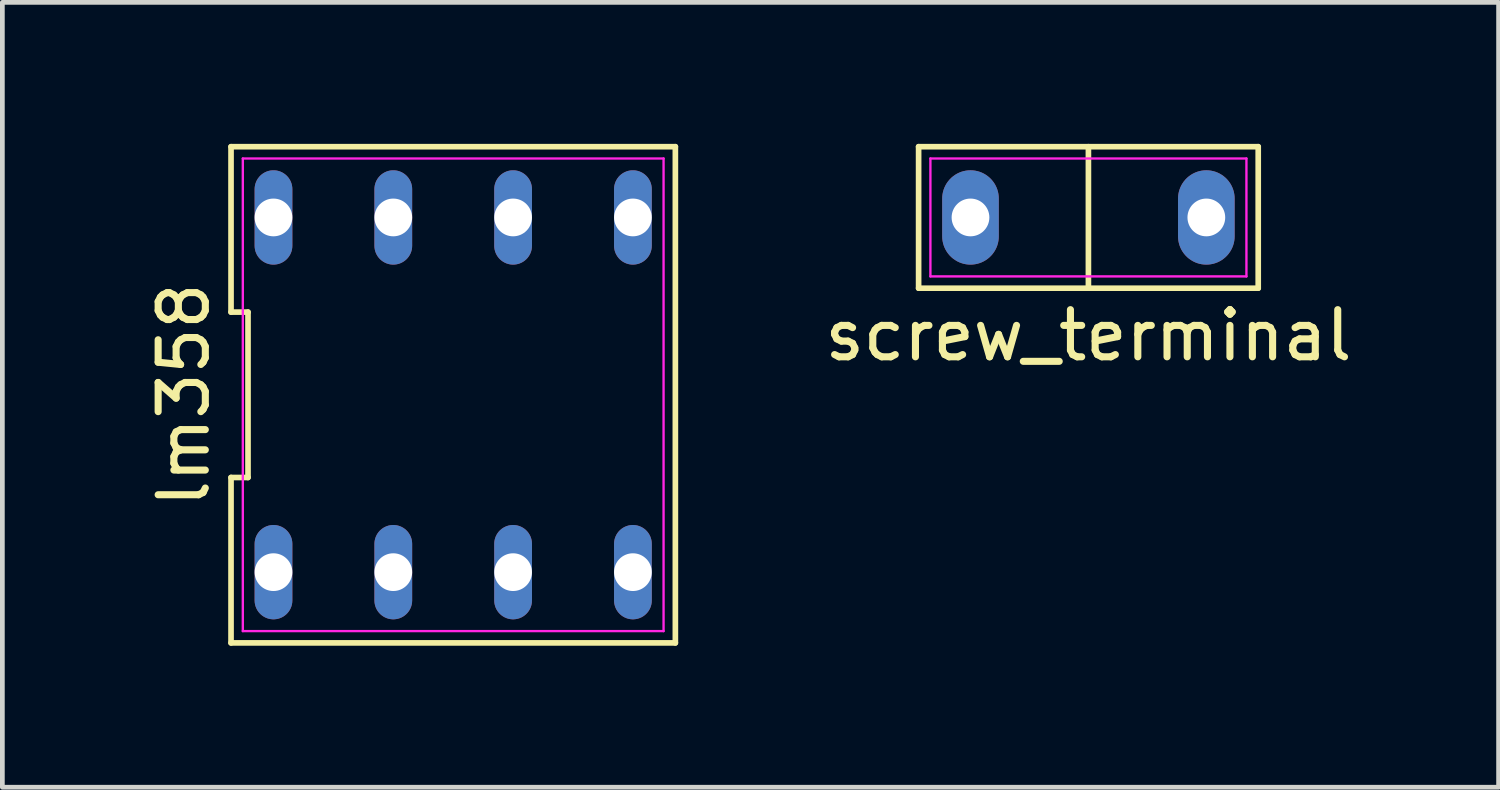
<source format=kicad_pcb>
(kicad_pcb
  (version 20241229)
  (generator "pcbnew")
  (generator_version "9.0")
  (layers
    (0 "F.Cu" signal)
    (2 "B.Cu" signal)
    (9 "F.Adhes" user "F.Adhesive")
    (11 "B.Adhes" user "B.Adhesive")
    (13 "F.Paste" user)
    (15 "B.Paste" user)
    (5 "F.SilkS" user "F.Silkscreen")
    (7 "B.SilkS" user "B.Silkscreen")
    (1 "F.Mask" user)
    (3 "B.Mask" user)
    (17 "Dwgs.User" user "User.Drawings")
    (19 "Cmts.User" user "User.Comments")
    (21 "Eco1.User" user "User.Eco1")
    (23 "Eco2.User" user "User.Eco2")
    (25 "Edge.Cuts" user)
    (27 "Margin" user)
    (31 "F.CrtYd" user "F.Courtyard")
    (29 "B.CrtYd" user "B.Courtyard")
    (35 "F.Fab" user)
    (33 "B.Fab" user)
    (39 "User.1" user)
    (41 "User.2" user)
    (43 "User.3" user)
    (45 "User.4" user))
  (footprint "lm358"
    (layer "F.Cu")
    (at 6.558 5.32)
    (property "Reference" "lm358" (at -5.71 0 90) (layer "F.SilkS") (effects (font (size 1 1) (thickness 0.15))))
    (attr through_hole)
    (fp_line (start -4.71 -5.26) (end -4.71 -1.753) (stroke (width 0.12) (type solid)) (layer "F.SilkS"))
    (fp_line (start -4.71 -1.753) (end -4.35 -1.753) (stroke (width 0.12) (type solid)) (layer "F.SilkS"))
    (fp_line (start -4.71 1.753) (end -4.71 5.26) (stroke (width 0.12) (type solid)) (layer "F.SilkS"))
    (fp_line (start -4.71 5.26) (end 4.71 5.26) (stroke (width 0.12) (type solid)) (layer "F.SilkS"))
    (fp_line (start -4.35 -1.753) (end -4.35 1.753) (stroke (width 0.12) (type solid)) (layer "F.SilkS"))
    (fp_line (start -4.35 1.753) (end -4.71 1.753) (stroke (width 0.12) (type solid)) (layer "F.SilkS"))
    (fp_line (start 4.71 -5.26) (end -4.71 -5.26) (stroke (width 0.12) (type solid)) (layer "F.SilkS"))
    (fp_line (start 4.71 5.26) (end 4.71 -5.26) (stroke (width 0.12) (type solid)) (layer "F.SilkS"))
    (fp_line (start -4.46 -5.01) (end 4.46 -5.01) (stroke (width 0.05) (type solid)) (layer "F.CrtYd"))
    (fp_line (start -4.46 5.01) (end -4.46 -5.01) (stroke (width 0.05) (type solid)) (layer "F.CrtYd"))
    (fp_line (start 4.46 -5.01) (end 4.46 5.01) (stroke (width 0.05) (type solid)) (layer "F.CrtYd"))
    (fp_line (start 4.46 5.01) (end -4.46 5.01) (stroke (width 0.05) (type solid)) (layer "F.CrtYd"))
    (pad "1" thru_hole oval (at -3.81 3.76) (size 0.8 2) (drill 0.8) (layers "*.Cu" "*.Mask"))
    (pad "2" thru_hole oval (at -1.27 3.76) (size 0.8 2) (drill 0.8) (layers "*.Cu" "*.Mask"))
    (pad "3" thru_hole oval (at 1.27 3.76) (size 0.8 2) (drill 0.8) (layers "*.Cu" "*.Mask"))
    (pad "4" thru_hole oval (at 3.81 3.76) (size 0.8 2) (drill 0.8) (layers "*.Cu" "*.Mask"))
    (pad "5" thru_hole oval (at 3.81 -3.76) (size 0.8 2) (drill 0.8) (layers "*.Cu" "*.Mask"))
    (pad "6" thru_hole oval (at 1.27 -3.76) (size 0.8 2) (drill 0.8) (layers "*.Cu" "*.Mask"))
    (pad "7" thru_hole oval (at -1.27 -3.76) (size 0.8 2) (drill 0.8) (layers "*.Cu" "*.Mask"))
    (pad "8" thru_hole oval (at -3.81 -3.76) (size 0.8 2) (drill 0.8) (layers "*.Cu" "*.Mask")))
  (footprint "screw_terminal"
    (layer "F.Cu")
    (at 20.025 1.56)
    (property "Reference" "screw_terminal" (at 0 2.5 0) (layer "F.SilkS") (effects (font (size 1 1) (thickness 0.15))))
    (attr through_hole)
    (fp_line (start -3.6 -1.5) (end 3.6 -1.5) (stroke (width 0.12) (type solid)) (layer "F.SilkS"))
    (fp_line (start -3.6 1.5) (end -3.6 -1.5) (stroke (width 0.12) (type solid)) (layer "F.SilkS"))
    (fp_line (start 0 -1.5) (end 0 1.5) (stroke (width 0.12) (type solid)) (layer "F.SilkS"))
    (fp_line (start 3.6 -1.5) (end 3.6 1.5) (stroke (width 0.12) (type solid)) (layer "F.SilkS"))
    (fp_line (start 3.6 1.5) (end -3.6 1.5) (stroke (width 0.12) (type solid)) (layer "F.SilkS"))
    (fp_line (start -3.35 -1.25) (end 3.35 -1.25) (stroke (width 0.05) (type solid)) (layer "F.CrtYd"))
    (fp_line (start -3.35 1.25) (end -3.35 -1.25) (stroke (width 0.05) (type solid)) (layer "F.CrtYd"))
    (fp_line (start 3.35 -1.25) (end 3.35 1.25) (stroke (width 0.05) (type solid)) (layer "F.CrtYd"))
    (fp_line (start 3.35 1.25) (end -3.35 1.25) (stroke (width 0.05) (type solid)) (layer "F.CrtYd"))
    (pad "1" thru_hole oval (at -2.5 0) (size 1.2 2) (drill 0.8) (layers "*.Cu" "*.Mask"))
    (pad "2" thru_hole oval (at 2.5 0) (size 1.2 2) (drill 0.8) (layers "*.Cu" "*.Mask")))
  (gr_rect
    (start -3 -3)
    (end 28.721 13.64)
    (stroke (width 0.1) (type default))
    (fill no)
    (layer "Edge.Cuts")))
</source>
